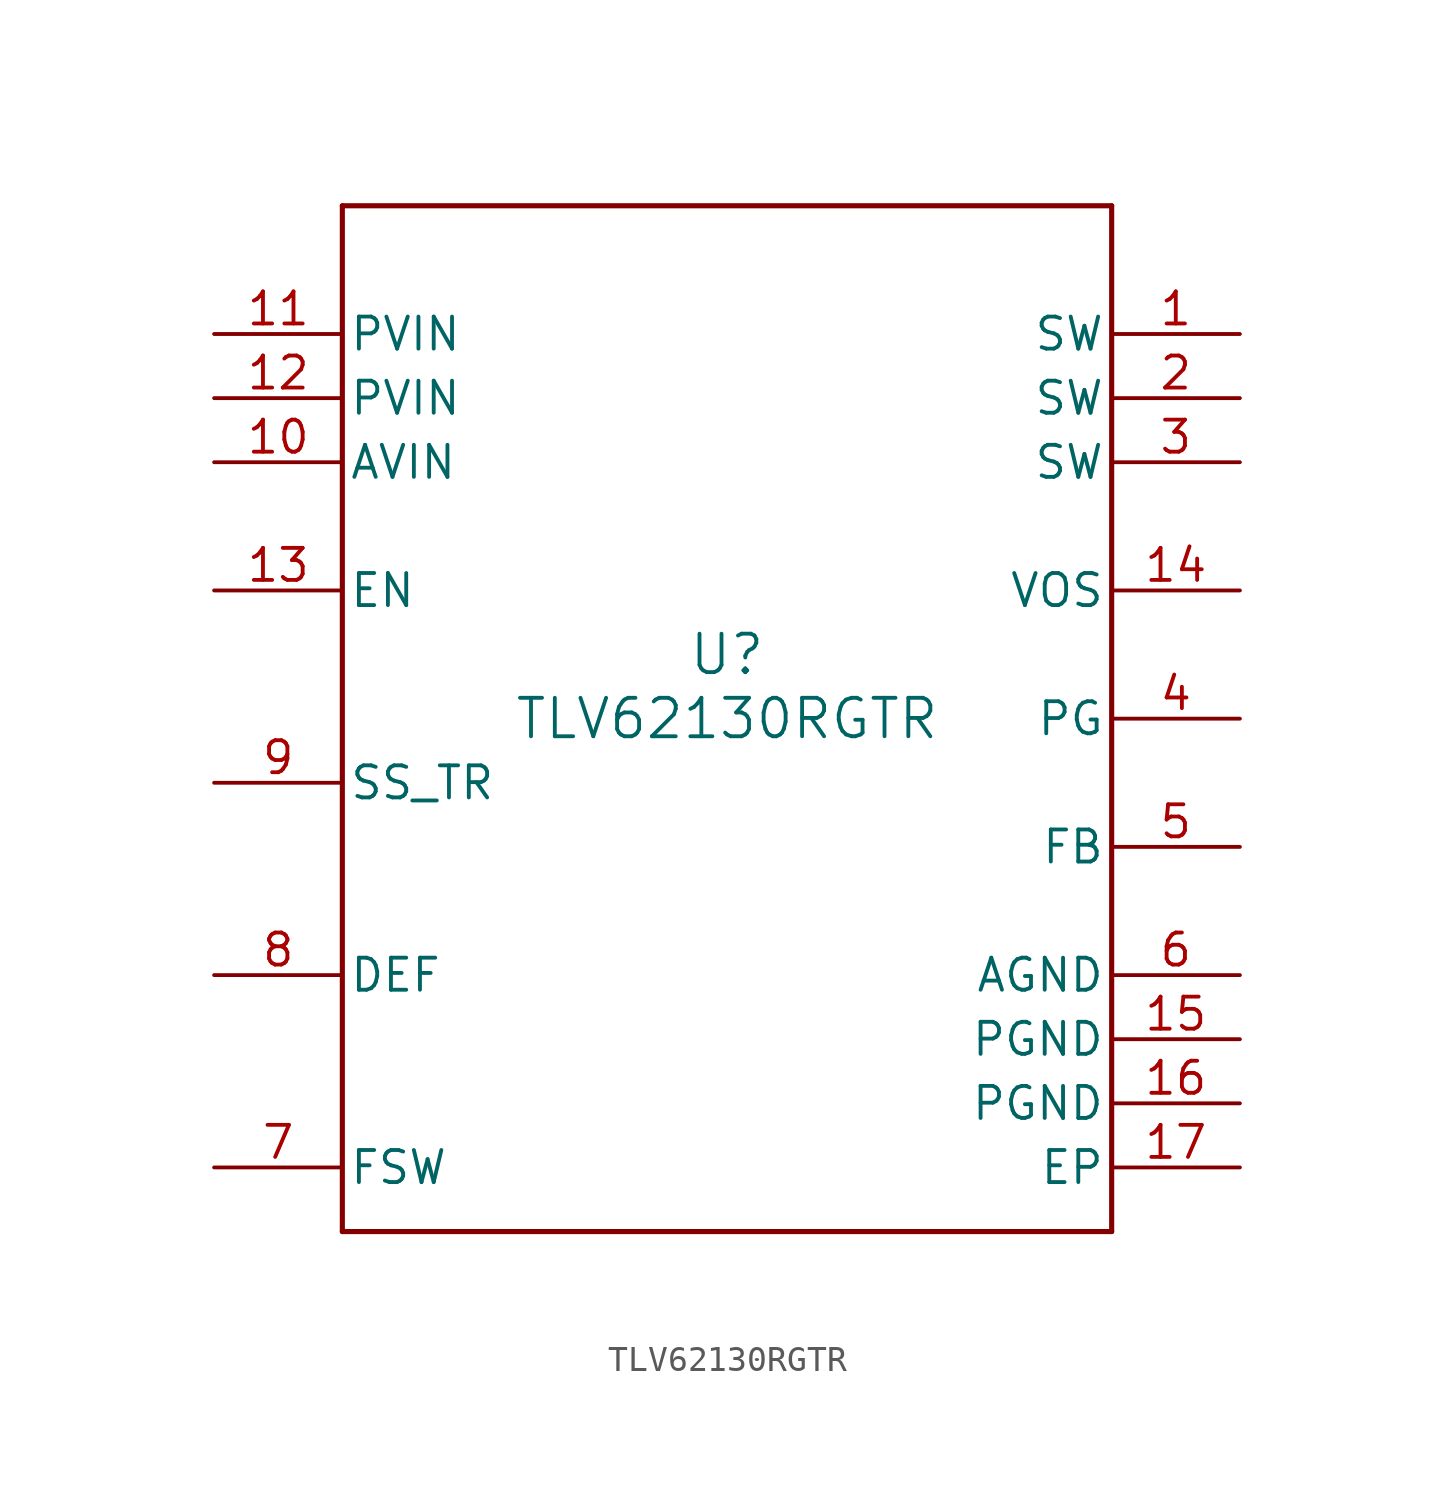
<source format=kicad_sym>
(kicad_symbol_lib
  (version 20211014)
  (generator kicad_symbol_editor)
  (symbol "TLV62130RGTR"
    (pin_names
      (offset 0.254))
    (property "Reference" "U"
      (at 0 2.54 0)
      (effects (font (size 1.524 1.524))))
    (property "Value" "TLV62130RGTR"
      (at 0 0 0)
      (effects (font (size 1.524 1.524))))
    (symbol "TLV62130RGTR_0_1"
      (polyline (pts (xy -15.24 -20.32) (xy 15.24 -20.32)) (stroke (width 0.203) (type default) (color 0 0 0 0)) (fill (type none)))
      (polyline (pts (xy 15.24 -20.32) (xy 15.24 20.32)) (stroke (width 0.203) (type default) (color 0 0 0 0)) (fill (type none)))
      (polyline (pts (xy 15.24 20.32) (xy -15.24 20.32)) (stroke (width 0.203) (type default) (color 0 0 0 0)) (fill (type none)))
      (polyline (pts (xy -15.24 20.32) (xy -15.24 -20.32)) (stroke (width 0.203) (type default) (color 0 0 0 0)) (fill (type none)))
      (pin power_in line (at 20.32 15.24 180) (length 5.08) (name "SW" (effects (font (size 1.27 1.27)))) (number "1" (effects (font (size 1.27 1.27)))))
      (pin power_in line (at 20.32 12.7 180) (length 5.08) (name "SW" (effects (font (size 1.27 1.27)))) (number "2" (effects (font (size 1.27 1.27)))))
      (pin power_in line (at 20.32 10.16 180) (length 5.08) (name "SW" (effects (font (size 1.27 1.27)))) (number "3" (effects (font (size 1.27 1.27)))))
      (pin open_collector line (at 20.32 0 180) (length 5.08) (name "PG" (effects (font (size 1.27 1.27)))) (number "4" (effects (font (size 1.27 1.27)))))
      (pin input line (at 20.32 -5.08 180) (length 5.08) (name "FB" (effects (font (size 1.27 1.27)))) (number "5" (effects (font (size 1.27 1.27)))))
      (pin power_in line (at 20.32 -10.16 180) (length 5.08) (name "AGND" (effects (font (size 1.27 1.27)))) (number "6" (effects (font (size 1.27 1.27)))))
      (pin input line (at -20.32 -17.78 0) (length 5.08) (name "FSW" (effects (font (size 1.27 1.27)))) (number "7" (effects (font (size 1.27 1.27)))))
      (pin input line (at -20.32 -10.16 0) (length 5.08) (name "DEF" (effects (font (size 1.27 1.27)))) (number "8" (effects (font (size 1.27 1.27)))))
      (pin input line (at -20.32 -2.54 0) (length 5.08) (name "SS_TR" (effects (font (size 1.27 1.27)))) (number "9" (effects (font (size 1.27 1.27)))))
      (pin power_in line (at -20.32 10.16 0) (length 5.08) (name "AVIN" (effects (font (size 1.27 1.27)))) (number "10" (effects (font (size 1.27 1.27)))))
      (pin power_in line (at -20.32 15.24 0) (length 5.08) (name "PVIN" (effects (font (size 1.27 1.27)))) (number "11" (effects (font (size 1.27 1.27)))))
      (pin power_in line (at -20.32 12.7 0) (length 5.08) (name "PVIN" (effects (font (size 1.27 1.27)))) (number "12" (effects (font (size 1.27 1.27)))))
      (pin input line (at -20.32 5.08 0) (length 5.08) (name "EN" (effects (font (size 1.27 1.27)))) (number "13" (effects (font (size 1.27 1.27)))))
      (pin input line (at 20.32 5.08 180) (length 5.08) (name "VOS" (effects (font (size 1.27 1.27)))) (number "14" (effects (font (size 1.27 1.27)))))
      (pin power_in line (at 20.32 -12.7 180) (length 5.08) (name "PGND" (effects (font (size 1.27 1.27)))) (number "15" (effects (font (size 1.27 1.27)))))
      (pin power_in line (at 20.32 -15.24 180) (length 5.08) (name "PGND" (effects (font (size 1.27 1.27)))) (number "16" (effects (font (size 1.27 1.27)))))
      (pin power_in line (at 20.32 -17.78 180) (length 5.08) (name "EP" (effects (font (size 1.27 1.27)))) (number "17" (effects (font (size 1.27 1.27))))))))
</source>
